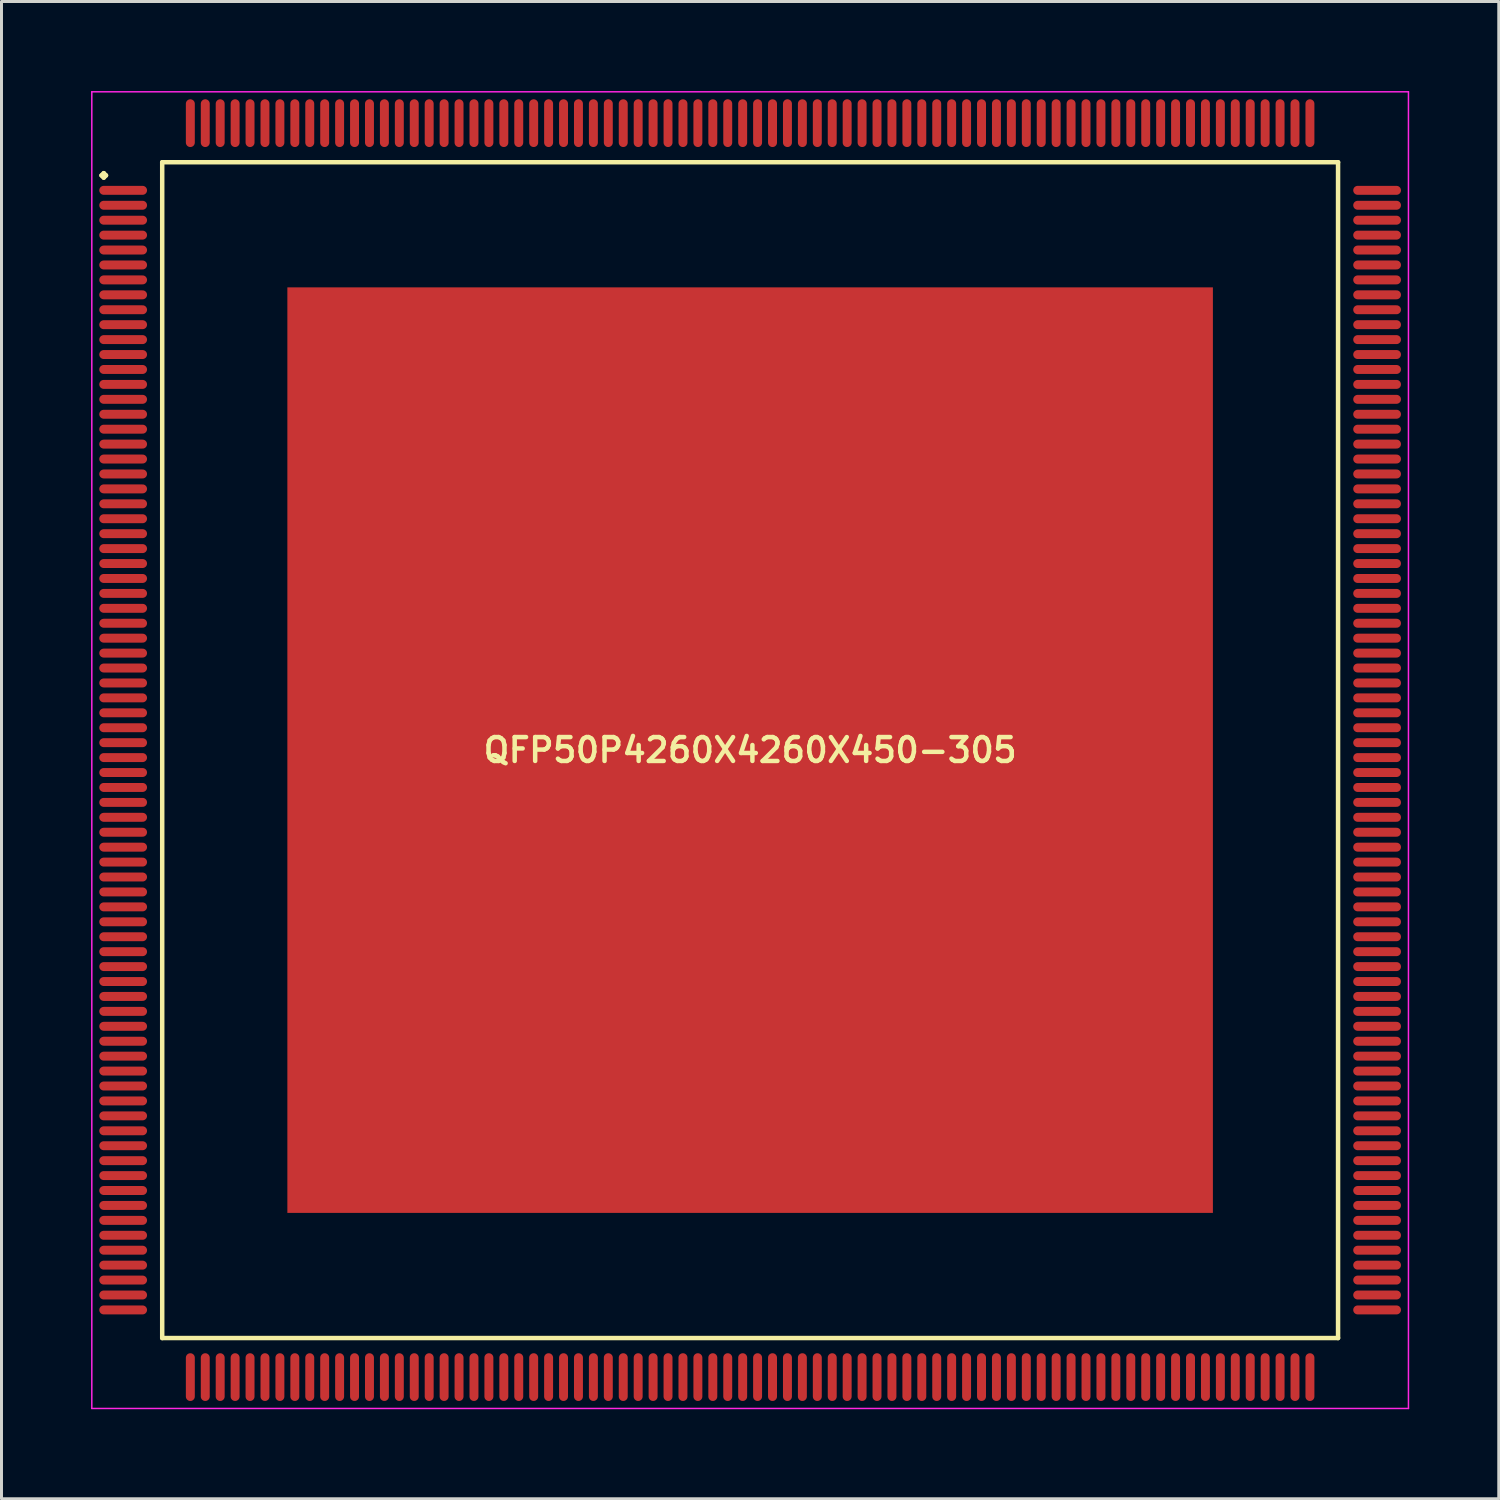
<source format=kicad_pcb>
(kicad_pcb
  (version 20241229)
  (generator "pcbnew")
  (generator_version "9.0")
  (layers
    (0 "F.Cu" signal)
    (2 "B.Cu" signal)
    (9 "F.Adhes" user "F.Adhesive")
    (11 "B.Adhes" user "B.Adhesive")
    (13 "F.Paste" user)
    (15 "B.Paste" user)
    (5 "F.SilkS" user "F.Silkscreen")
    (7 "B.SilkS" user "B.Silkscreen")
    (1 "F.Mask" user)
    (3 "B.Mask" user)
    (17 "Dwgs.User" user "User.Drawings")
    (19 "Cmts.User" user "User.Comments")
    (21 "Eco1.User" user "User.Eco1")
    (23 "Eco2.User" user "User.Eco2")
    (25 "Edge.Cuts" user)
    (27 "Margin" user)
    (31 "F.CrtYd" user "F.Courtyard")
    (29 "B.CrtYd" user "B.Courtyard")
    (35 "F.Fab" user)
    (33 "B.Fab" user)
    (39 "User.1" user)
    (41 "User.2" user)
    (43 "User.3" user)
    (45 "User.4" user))
  (footprint "QFP50P4260X4260X450-305"
    (layer "F.Cu")
    (at 22.075 22.075)
    (property "Reference" "QFP50P4260X4260X450-305" (at 0 0 0) (layer "F.SilkS") (effects (font (size 0.8 0.8) (thickness 0.15))))
    (attr smd)
    (fp_line (start -21.725 -19.25) (end -21.65 -19.325) (stroke (width 0.15) (type solid)) (layer "F.SilkS"))
    (fp_line (start -21.65 -19.325) (end -21.575 -19.25) (stroke (width 0.15) (type solid)) (layer "F.SilkS"))
    (fp_line (start -21.65 -19.175) (end -21.725 -19.25) (stroke (width 0.15) (type solid)) (layer "F.SilkS"))
    (fp_line (start -21.575 -19.25) (end -21.65 -19.175) (stroke (width 0.15) (type solid)) (layer "F.SilkS"))
    (fp_line (start -19.692 -19.692) (end -19.692 19.692) (stroke (width 0.15) (type solid)) (layer "F.SilkS"))
    (fp_line (start -19.692 19.692) (end 19.692 19.692) (stroke (width 0.15) (type solid)) (layer "F.SilkS"))
    (fp_line (start 19.692 -19.692) (end -19.692 -19.692) (stroke (width 0.15) (type solid)) (layer "F.SilkS"))
    (fp_line (start 19.692 19.692) (end 19.692 -19.692) (stroke (width 0.15) (type solid)) (layer "F.SilkS"))
    (fp_line (start -22.05 -22.05) (end 22.05 -22.05) (stroke (width 0.05) (type solid)) (layer "F.CrtYd"))
    (fp_line (start -22.05 22.05) (end -22.05 -22.05) (stroke (width 0.05) (type solid)) (layer "F.CrtYd"))
    (fp_line (start 22.05 -22.05) (end 22.05 22.05) (stroke (width 0.05) (type solid)) (layer "F.CrtYd"))
    (fp_line (start 22.05 22.05) (end -22.05 22.05) (stroke (width 0.05) (type solid)) (layer "F.CrtYd"))
    (pad "1" smd oval (at -21 -18.75) (size 1.6 0.3) (layers "F.Cu" "F.Mask" "F.Paste"))
    (pad "2" smd oval (at -21 -18.25) (size 1.6 0.3) (layers "F.Cu" "F.Mask" "F.Paste"))
    (pad "3" smd oval (at -21 -17.75) (size 1.6 0.3) (layers "F.Cu" "F.Mask" "F.Paste"))
    (pad "4" smd oval (at -21 -17.25) (size 1.6 0.3) (layers "F.Cu" "F.Mask" "F.Paste"))
    (pad "5" smd oval (at -21 -16.75) (size 1.6 0.3) (layers "F.Cu" "F.Mask" "F.Paste"))
    (pad "6" smd oval (at -21 -16.25) (size 1.6 0.3) (layers "F.Cu" "F.Mask" "F.Paste"))
    (pad "7" smd oval (at -21 -15.75) (size 1.6 0.3) (layers "F.Cu" "F.Mask" "F.Paste"))
    (pad "8" smd oval (at -21 -15.25) (size 1.6 0.3) (layers "F.Cu" "F.Mask" "F.Paste"))
    (pad "9" smd oval (at -21 -14.75) (size 1.6 0.3) (layers "F.Cu" "F.Mask" "F.Paste"))
    (pad "10" smd oval (at -21 -14.25) (size 1.6 0.3) (layers "F.Cu" "F.Mask" "F.Paste"))
    (pad "11" smd oval (at -21 -13.75) (size 1.6 0.3) (layers "F.Cu" "F.Mask" "F.Paste"))
    (pad "12" smd oval (at -21 -13.25) (size 1.6 0.3) (layers "F.Cu" "F.Mask" "F.Paste"))
    (pad "13" smd oval (at -21 -12.75) (size 1.6 0.3) (layers "F.Cu" "F.Mask" "F.Paste"))
    (pad "14" smd oval (at -21 -12.25) (size 1.6 0.3) (layers "F.Cu" "F.Mask" "F.Paste"))
    (pad "15" smd oval (at -21 -11.75) (size 1.6 0.3) (layers "F.Cu" "F.Mask" "F.Paste"))
    (pad "16" smd oval (at -21 -11.25) (size 1.6 0.3) (layers "F.Cu" "F.Mask" "F.Paste"))
    (pad "17" smd oval (at -21 -10.75) (size 1.6 0.3) (layers "F.Cu" "F.Mask" "F.Paste"))
    (pad "18" smd oval (at -21 -10.25) (size 1.6 0.3) (layers "F.Cu" "F.Mask" "F.Paste"))
    (pad "19" smd oval (at -21 -9.75) (size 1.6 0.3) (layers "F.Cu" "F.Mask" "F.Paste"))
    (pad "20" smd oval (at -21 -9.25) (size 1.6 0.3) (layers "F.Cu" "F.Mask" "F.Paste"))
    (pad "21" smd oval (at -21 -8.75) (size 1.6 0.3) (layers "F.Cu" "F.Mask" "F.Paste"))
    (pad "22" smd oval (at -21 -8.25) (size 1.6 0.3) (layers "F.Cu" "F.Mask" "F.Paste"))
    (pad "23" smd oval (at -21 -7.75) (size 1.6 0.3) (layers "F.Cu" "F.Mask" "F.Paste"))
    (pad "24" smd oval (at -21 -7.25) (size 1.6 0.3) (layers "F.Cu" "F.Mask" "F.Paste"))
    (pad "25" smd oval (at -21 -6.75) (size 1.6 0.3) (layers "F.Cu" "F.Mask" "F.Paste"))
    (pad "26" smd oval (at -21 -6.25) (size 1.6 0.3) (layers "F.Cu" "F.Mask" "F.Paste"))
    (pad "27" smd oval (at -21 -5.75) (size 1.6 0.3) (layers "F.Cu" "F.Mask" "F.Paste"))
    (pad "28" smd oval (at -21 -5.25) (size 1.6 0.3) (layers "F.Cu" "F.Mask" "F.Paste"))
    (pad "29" smd oval (at -21 -4.75) (size 1.6 0.3) (layers "F.Cu" "F.Mask" "F.Paste"))
    (pad "30" smd oval (at -21 -4.25) (size 1.6 0.3) (layers "F.Cu" "F.Mask" "F.Paste"))
    (pad "31" smd oval (at -21 -3.75) (size 1.6 0.3) (layers "F.Cu" "F.Mask" "F.Paste"))
    (pad "32" smd oval (at -21 -3.25) (size 1.6 0.3) (layers "F.Cu" "F.Mask" "F.Paste"))
    (pad "33" smd oval (at -21 -2.75) (size 1.6 0.3) (layers "F.Cu" "F.Mask" "F.Paste"))
    (pad "34" smd oval (at -21 -2.25) (size 1.6 0.3) (layers "F.Cu" "F.Mask" "F.Paste"))
    (pad "35" smd oval (at -21 -1.75) (size 1.6 0.3) (layers "F.Cu" "F.Mask" "F.Paste"))
    (pad "36" smd oval (at -21 -1.25) (size 1.6 0.3) (layers "F.Cu" "F.Mask" "F.Paste"))
    (pad "37" smd oval (at -21 -0.75) (size 1.6 0.3) (layers "F.Cu" "F.Mask" "F.Paste"))
    (pad "38" smd oval (at -21 -0.25) (size 1.6 0.3) (layers "F.Cu" "F.Mask" "F.Paste"))
    (pad "39" smd oval (at -21 0.25) (size 1.6 0.3) (layers "F.Cu" "F.Mask" "F.Paste"))
    (pad "40" smd oval (at -21 0.75) (size 1.6 0.3) (layers "F.Cu" "F.Mask" "F.Paste"))
    (pad "41" smd oval (at -21 1.25) (size 1.6 0.3) (layers "F.Cu" "F.Mask" "F.Paste"))
    (pad "42" smd oval (at -21 1.75) (size 1.6 0.3) (layers "F.Cu" "F.Mask" "F.Paste"))
    (pad "43" smd oval (at -21 2.25) (size 1.6 0.3) (layers "F.Cu" "F.Mask" "F.Paste"))
    (pad "44" smd oval (at -21 2.75) (size 1.6 0.3) (layers "F.Cu" "F.Mask" "F.Paste"))
    (pad "45" smd oval (at -21 3.25) (size 1.6 0.3) (layers "F.Cu" "F.Mask" "F.Paste"))
    (pad "46" smd oval (at -21 3.75) (size 1.6 0.3) (layers "F.Cu" "F.Mask" "F.Paste"))
    (pad "47" smd oval (at -21 4.25) (size 1.6 0.3) (layers "F.Cu" "F.Mask" "F.Paste"))
    (pad "48" smd oval (at -21 4.75) (size 1.6 0.3) (layers "F.Cu" "F.Mask" "F.Paste"))
    (pad "49" smd oval (at -21 5.25) (size 1.6 0.3) (layers "F.Cu" "F.Mask" "F.Paste"))
    (pad "50" smd oval (at -21 5.75) (size 1.6 0.3) (layers "F.Cu" "F.Mask" "F.Paste"))
    (pad "51" smd oval (at -21 6.25) (size 1.6 0.3) (layers "F.Cu" "F.Mask" "F.Paste"))
    (pad "52" smd oval (at -21 6.75) (size 1.6 0.3) (layers "F.Cu" "F.Mask" "F.Paste"))
    (pad "53" smd oval (at -21 7.25) (size 1.6 0.3) (layers "F.Cu" "F.Mask" "F.Paste"))
    (pad "54" smd oval (at -21 7.75) (size 1.6 0.3) (layers "F.Cu" "F.Mask" "F.Paste"))
    (pad "55" smd oval (at -21 8.25) (size 1.6 0.3) (layers "F.Cu" "F.Mask" "F.Paste"))
    (pad "56" smd oval (at -21 8.75) (size 1.6 0.3) (layers "F.Cu" "F.Mask" "F.Paste"))
    (pad "57" smd oval (at -21 9.25) (size 1.6 0.3) (layers "F.Cu" "F.Mask" "F.Paste"))
    (pad "58" smd oval (at -21 9.75) (size 1.6 0.3) (layers "F.Cu" "F.Mask" "F.Paste"))
    (pad "59" smd oval (at -21 10.25) (size 1.6 0.3) (layers "F.Cu" "F.Mask" "F.Paste"))
    (pad "60" smd oval (at -21 10.75) (size 1.6 0.3) (layers "F.Cu" "F.Mask" "F.Paste"))
    (pad "61" smd oval (at -21 11.25) (size 1.6 0.3) (layers "F.Cu" "F.Mask" "F.Paste"))
    (pad "62" smd oval (at -21 11.75) (size 1.6 0.3) (layers "F.Cu" "F.Mask" "F.Paste"))
    (pad "63" smd oval (at -21 12.25) (size 1.6 0.3) (layers "F.Cu" "F.Mask" "F.Paste"))
    (pad "64" smd oval (at -21 12.75) (size 1.6 0.3) (layers "F.Cu" "F.Mask" "F.Paste"))
    (pad "65" smd oval (at -21 13.25) (size 1.6 0.3) (layers "F.Cu" "F.Mask" "F.Paste"))
    (pad "66" smd oval (at -21 13.75) (size 1.6 0.3) (layers "F.Cu" "F.Mask" "F.Paste"))
    (pad "67" smd oval (at -21 14.25) (size 1.6 0.3) (layers "F.Cu" "F.Mask" "F.Paste"))
    (pad "68" smd oval (at -21 14.75) (size 1.6 0.3) (layers "F.Cu" "F.Mask" "F.Paste"))
    (pad "69" smd oval (at -21 15.25) (size 1.6 0.3) (layers "F.Cu" "F.Mask" "F.Paste"))
    (pad "70" smd oval (at -21 15.75) (size 1.6 0.3) (layers "F.Cu" "F.Mask" "F.Paste"))
    (pad "71" smd oval (at -21 16.25) (size 1.6 0.3) (layers "F.Cu" "F.Mask" "F.Paste"))
    (pad "72" smd oval (at -21 16.75) (size 1.6 0.3) (layers "F.Cu" "F.Mask" "F.Paste"))
    (pad "73" smd oval (at -21 17.25) (size 1.6 0.3) (layers "F.Cu" "F.Mask" "F.Paste"))
    (pad "74" smd oval (at -21 17.75) (size 1.6 0.3) (layers "F.Cu" "F.Mask" "F.Paste"))
    (pad "75" smd oval (at -21 18.25) (size 1.6 0.3) (layers "F.Cu" "F.Mask" "F.Paste"))
    (pad "76" smd oval (at -21 18.75) (size 1.6 0.3) (layers "F.Cu" "F.Mask" "F.Paste"))
    (pad "77" smd oval (at -18.75 21) (size 0.3 1.6) (layers "F.Cu" "F.Mask" "F.Paste"))
    (pad "78" smd oval (at -18.25 21) (size 0.3 1.6) (layers "F.Cu" "F.Mask" "F.Paste"))
    (pad "79" smd oval (at -17.75 21) (size 0.3 1.6) (layers "F.Cu" "F.Mask" "F.Paste"))
    (pad "80" smd oval (at -17.25 21) (size 0.3 1.6) (layers "F.Cu" "F.Mask" "F.Paste"))
    (pad "81" smd oval (at -16.75 21) (size 0.3 1.6) (layers "F.Cu" "F.Mask" "F.Paste"))
    (pad "82" smd oval (at -16.25 21) (size 0.3 1.6) (layers "F.Cu" "F.Mask" "F.Paste"))
    (pad "83" smd oval (at -15.75 21) (size 0.3 1.6) (layers "F.Cu" "F.Mask" "F.Paste"))
    (pad "84" smd oval (at -15.25 21) (size 0.3 1.6) (layers "F.Cu" "F.Mask" "F.Paste"))
    (pad "85" smd oval (at -14.75 21) (size 0.3 1.6) (layers "F.Cu" "F.Mask" "F.Paste"))
    (pad "86" smd oval (at -14.25 21) (size 0.3 1.6) (layers "F.Cu" "F.Mask" "F.Paste"))
    (pad "87" smd oval (at -13.75 21) (size 0.3 1.6) (layers "F.Cu" "F.Mask" "F.Paste"))
    (pad "88" smd oval (at -13.25 21) (size 0.3 1.6) (layers "F.Cu" "F.Mask" "F.Paste"))
    (pad "89" smd oval (at -12.75 21) (size 0.3 1.6) (layers "F.Cu" "F.Mask" "F.Paste"))
    (pad "90" smd oval (at -12.25 21) (size 0.3 1.6) (layers "F.Cu" "F.Mask" "F.Paste"))
    (pad "91" smd oval (at -11.75 21) (size 0.3 1.6) (layers "F.Cu" "F.Mask" "F.Paste"))
    (pad "92" smd oval (at -11.25 21) (size 0.3 1.6) (layers "F.Cu" "F.Mask" "F.Paste"))
    (pad "93" smd oval (at -10.75 21) (size 0.3 1.6) (layers "F.Cu" "F.Mask" "F.Paste"))
    (pad "94" smd oval (at -10.25 21) (size 0.3 1.6) (layers "F.Cu" "F.Mask" "F.Paste"))
    (pad "95" smd oval (at -9.75 21) (size 0.3 1.6) (layers "F.Cu" "F.Mask" "F.Paste"))
    (pad "96" smd oval (at -9.25 21) (size 0.3 1.6) (layers "F.Cu" "F.Mask" "F.Paste"))
    (pad "97" smd oval (at -8.75 21) (size 0.3 1.6) (layers "F.Cu" "F.Mask" "F.Paste"))
    (pad "98" smd oval (at -8.25 21) (size 0.3 1.6) (layers "F.Cu" "F.Mask" "F.Paste"))
    (pad "99" smd oval (at -7.75 21) (size 0.3 1.6) (layers "F.Cu" "F.Mask" "F.Paste"))
    (pad "100" smd oval (at -7.25 21) (size 0.3 1.6) (layers "F.Cu" "F.Mask" "F.Paste"))
    (pad "101" smd oval (at -6.75 21) (size 0.3 1.6) (layers "F.Cu" "F.Mask" "F.Paste"))
    (pad "102" smd oval (at -6.25 21) (size 0.3 1.6) (layers "F.Cu" "F.Mask" "F.Paste"))
    (pad "103" smd oval (at -5.75 21) (size 0.3 1.6) (layers "F.Cu" "F.Mask" "F.Paste"))
    (pad "104" smd oval (at -5.25 21) (size 0.3 1.6) (layers "F.Cu" "F.Mask" "F.Paste"))
    (pad "105" smd oval (at -4.75 21) (size 0.3 1.6) (layers "F.Cu" "F.Mask" "F.Paste"))
    (pad "106" smd oval (at -4.25 21) (size 0.3 1.6) (layers "F.Cu" "F.Mask" "F.Paste"))
    (pad "107" smd oval (at -3.75 21) (size 0.3 1.6) (layers "F.Cu" "F.Mask" "F.Paste"))
    (pad "108" smd oval (at -3.25 21) (size 0.3 1.6) (layers "F.Cu" "F.Mask" "F.Paste"))
    (pad "109" smd oval (at -2.75 21) (size 0.3 1.6) (layers "F.Cu" "F.Mask" "F.Paste"))
    (pad "110" smd oval (at -2.25 21) (size 0.3 1.6) (layers "F.Cu" "F.Mask" "F.Paste"))
    (pad "111" smd oval (at -1.75 21) (size 0.3 1.6) (layers "F.Cu" "F.Mask" "F.Paste"))
    (pad "112" smd oval (at -1.25 21) (size 0.3 1.6) (layers "F.Cu" "F.Mask" "F.Paste"))
    (pad "113" smd oval (at -0.75 21) (size 0.3 1.6) (layers "F.Cu" "F.Mask" "F.Paste"))
    (pad "114" smd oval (at -0.25 21) (size 0.3 1.6) (layers "F.Cu" "F.Mask" "F.Paste"))
    (pad "115" smd oval (at 0.25 21) (size 0.3 1.6) (layers "F.Cu" "F.Mask" "F.Paste"))
    (pad "116" smd oval (at 0.75 21) (size 0.3 1.6) (layers "F.Cu" "F.Mask" "F.Paste"))
    (pad "117" smd oval (at 1.25 21) (size 0.3 1.6) (layers "F.Cu" "F.Mask" "F.Paste"))
    (pad "118" smd oval (at 1.75 21) (size 0.3 1.6) (layers "F.Cu" "F.Mask" "F.Paste"))
    (pad "119" smd oval (at 2.25 21) (size 0.3 1.6) (layers "F.Cu" "F.Mask" "F.Paste"))
    (pad "120" smd oval (at 2.75 21) (size 0.3 1.6) (layers "F.Cu" "F.Mask" "F.Paste"))
    (pad "121" smd oval (at 3.25 21) (size 0.3 1.6) (layers "F.Cu" "F.Mask" "F.Paste"))
    (pad "122" smd oval (at 3.75 21) (size 0.3 1.6) (layers "F.Cu" "F.Mask" "F.Paste"))
    (pad "123" smd oval (at 4.25 21) (size 0.3 1.6) (layers "F.Cu" "F.Mask" "F.Paste"))
    (pad "124" smd oval (at 4.75 21) (size 0.3 1.6) (layers "F.Cu" "F.Mask" "F.Paste"))
    (pad "125" smd oval (at 5.25 21) (size 0.3 1.6) (layers "F.Cu" "F.Mask" "F.Paste"))
    (pad "126" smd oval (at 5.75 21) (size 0.3 1.6) (layers "F.Cu" "F.Mask" "F.Paste"))
    (pad "127" smd oval (at 6.25 21) (size 0.3 1.6) (layers "F.Cu" "F.Mask" "F.Paste"))
    (pad "128" smd oval (at 6.75 21) (size 0.3 1.6) (layers "F.Cu" "F.Mask" "F.Paste"))
    (pad "129" smd oval (at 7.25 21) (size 0.3 1.6) (layers "F.Cu" "F.Mask" "F.Paste"))
    (pad "130" smd oval (at 7.75 21) (size 0.3 1.6) (layers "F.Cu" "F.Mask" "F.Paste"))
    (pad "131" smd oval (at 8.25 21) (size 0.3 1.6) (layers "F.Cu" "F.Mask" "F.Paste"))
    (pad "132" smd oval (at 8.75 21) (size 0.3 1.6) (layers "F.Cu" "F.Mask" "F.Paste"))
    (pad "133" smd oval (at 9.25 21) (size 0.3 1.6) (layers "F.Cu" "F.Mask" "F.Paste"))
    (pad "134" smd oval (at 9.75 21) (size 0.3 1.6) (layers "F.Cu" "F.Mask" "F.Paste"))
    (pad "135" smd oval (at 10.25 21) (size 0.3 1.6) (layers "F.Cu" "F.Mask" "F.Paste"))
    (pad "136" smd oval (at 10.75 21) (size 0.3 1.6) (layers "F.Cu" "F.Mask" "F.Paste"))
    (pad "137" smd oval (at 11.25 21) (size 0.3 1.6) (layers "F.Cu" "F.Mask" "F.Paste"))
    (pad "138" smd oval (at 11.75 21) (size 0.3 1.6) (layers "F.Cu" "F.Mask" "F.Paste"))
    (pad "139" smd oval (at 12.25 21) (size 0.3 1.6) (layers "F.Cu" "F.Mask" "F.Paste"))
    (pad "140" smd oval (at 12.75 21) (size 0.3 1.6) (layers "F.Cu" "F.Mask" "F.Paste"))
    (pad "141" smd oval (at 13.25 21) (size 0.3 1.6) (layers "F.Cu" "F.Mask" "F.Paste"))
    (pad "142" smd oval (at 13.75 21) (size 0.3 1.6) (layers "F.Cu" "F.Mask" "F.Paste"))
    (pad "143" smd oval (at 14.25 21) (size 0.3 1.6) (layers "F.Cu" "F.Mask" "F.Paste"))
    (pad "144" smd oval (at 14.75 21) (size 0.3 1.6) (layers "F.Cu" "F.Mask" "F.Paste"))
    (pad "145" smd oval (at 15.25 21) (size 0.3 1.6) (layers "F.Cu" "F.Mask" "F.Paste"))
    (pad "146" smd oval (at 15.75 21) (size 0.3 1.6) (layers "F.Cu" "F.Mask" "F.Paste"))
    (pad "147" smd oval (at 16.25 21) (size 0.3 1.6) (layers "F.Cu" "F.Mask" "F.Paste"))
    (pad "148" smd oval (at 16.75 21) (size 0.3 1.6) (layers "F.Cu" "F.Mask" "F.Paste"))
    (pad "149" smd oval (at 17.25 21) (size 0.3 1.6) (layers "F.Cu" "F.Mask" "F.Paste"))
    (pad "150" smd oval (at 17.75 21) (size 0.3 1.6) (layers "F.Cu" "F.Mask" "F.Paste"))
    (pad "151" smd oval (at 18.25 21) (size 0.3 1.6) (layers "F.Cu" "F.Mask" "F.Paste"))
    (pad "152" smd oval (at 18.75 21) (size 0.3 1.6) (layers "F.Cu" "F.Mask" "F.Paste"))
    (pad "153" smd oval (at 21 18.75) (size 1.6 0.3) (layers "F.Cu" "F.Mask" "F.Paste"))
    (pad "154" smd oval (at 21 18.25) (size 1.6 0.3) (layers "F.Cu" "F.Mask" "F.Paste"))
    (pad "155" smd oval (at 21 17.75) (size 1.6 0.3) (layers "F.Cu" "F.Mask" "F.Paste"))
    (pad "156" smd oval (at 21 17.25) (size 1.6 0.3) (layers "F.Cu" "F.Mask" "F.Paste"))
    (pad "157" smd oval (at 21 16.75) (size 1.6 0.3) (layers "F.Cu" "F.Mask" "F.Paste"))
    (pad "158" smd oval (at 21 16.25) (size 1.6 0.3) (layers "F.Cu" "F.Mask" "F.Paste"))
    (pad "159" smd oval (at 21 15.75) (size 1.6 0.3) (layers "F.Cu" "F.Mask" "F.Paste"))
    (pad "160" smd oval (at 21 15.25) (size 1.6 0.3) (layers "F.Cu" "F.Mask" "F.Paste"))
    (pad "161" smd oval (at 21 14.75) (size 1.6 0.3) (layers "F.Cu" "F.Mask" "F.Paste"))
    (pad "162" smd oval (at 21 14.25) (size 1.6 0.3) (layers "F.Cu" "F.Mask" "F.Paste"))
    (pad "163" smd oval (at 21 13.75) (size 1.6 0.3) (layers "F.Cu" "F.Mask" "F.Paste"))
    (pad "164" smd oval (at 21 13.25) (size 1.6 0.3) (layers "F.Cu" "F.Mask" "F.Paste"))
    (pad "165" smd oval (at 21 12.75) (size 1.6 0.3) (layers "F.Cu" "F.Mask" "F.Paste"))
    (pad "166" smd oval (at 21 12.25) (size 1.6 0.3) (layers "F.Cu" "F.Mask" "F.Paste"))
    (pad "167" smd oval (at 21 11.75) (size 1.6 0.3) (layers "F.Cu" "F.Mask" "F.Paste"))
    (pad "168" smd oval (at 21 11.25) (size 1.6 0.3) (layers "F.Cu" "F.Mask" "F.Paste"))
    (pad "169" smd oval (at 21 10.75) (size 1.6 0.3) (layers "F.Cu" "F.Mask" "F.Paste"))
    (pad "170" smd oval (at 21 10.25) (size 1.6 0.3) (layers "F.Cu" "F.Mask" "F.Paste"))
    (pad "171" smd oval (at 21 9.75) (size 1.6 0.3) (layers "F.Cu" "F.Mask" "F.Paste"))
    (pad "172" smd oval (at 21 9.25) (size 1.6 0.3) (layers "F.Cu" "F.Mask" "F.Paste"))
    (pad "173" smd oval (at 21 8.75) (size 1.6 0.3) (layers "F.Cu" "F.Mask" "F.Paste"))
    (pad "174" smd oval (at 21 8.25) (size 1.6 0.3) (layers "F.Cu" "F.Mask" "F.Paste"))
    (pad "175" smd oval (at 21 7.75) (size 1.6 0.3) (layers "F.Cu" "F.Mask" "F.Paste"))
    (pad "176" smd oval (at 21 7.25) (size 1.6 0.3) (layers "F.Cu" "F.Mask" "F.Paste"))
    (pad "177" smd oval (at 21 6.75) (size 1.6 0.3) (layers "F.Cu" "F.Mask" "F.Paste"))
    (pad "178" smd oval (at 21 6.25) (size 1.6 0.3) (layers "F.Cu" "F.Mask" "F.Paste"))
    (pad "179" smd oval (at 21 5.75) (size 1.6 0.3) (layers "F.Cu" "F.Mask" "F.Paste"))
    (pad "180" smd oval (at 21 5.25) (size 1.6 0.3) (layers "F.Cu" "F.Mask" "F.Paste"))
    (pad "181" smd oval (at 21 4.75) (size 1.6 0.3) (layers "F.Cu" "F.Mask" "F.Paste"))
    (pad "182" smd oval (at 21 4.25) (size 1.6 0.3) (layers "F.Cu" "F.Mask" "F.Paste"))
    (pad "183" smd oval (at 21 3.75) (size 1.6 0.3) (layers "F.Cu" "F.Mask" "F.Paste"))
    (pad "184" smd oval (at 21 3.25) (size 1.6 0.3) (layers "F.Cu" "F.Mask" "F.Paste"))
    (pad "185" smd oval (at 21 2.75) (size 1.6 0.3) (layers "F.Cu" "F.Mask" "F.Paste"))
    (pad "186" smd oval (at 21 2.25) (size 1.6 0.3) (layers "F.Cu" "F.Mask" "F.Paste"))
    (pad "187" smd oval (at 21 1.75) (size 1.6 0.3) (layers "F.Cu" "F.Mask" "F.Paste"))
    (pad "188" smd oval (at 21 1.25) (size 1.6 0.3) (layers "F.Cu" "F.Mask" "F.Paste"))
    (pad "189" smd oval (at 21 0.75) (size 1.6 0.3) (layers "F.Cu" "F.Mask" "F.Paste"))
    (pad "190" smd oval (at 21 0.25) (size 1.6 0.3) (layers "F.Cu" "F.Mask" "F.Paste"))
    (pad "191" smd oval (at 21 -0.25) (size 1.6 0.3) (layers "F.Cu" "F.Mask" "F.Paste"))
    (pad "192" smd oval (at 21 -0.75) (size 1.6 0.3) (layers "F.Cu" "F.Mask" "F.Paste"))
    (pad "193" smd oval (at 21 -1.25) (size 1.6 0.3) (layers "F.Cu" "F.Mask" "F.Paste"))
    (pad "194" smd oval (at 21 -1.75) (size 1.6 0.3) (layers "F.Cu" "F.Mask" "F.Paste"))
    (pad "195" smd oval (at 21 -2.25) (size 1.6 0.3) (layers "F.Cu" "F.Mask" "F.Paste"))
    (pad "196" smd oval (at 21 -2.75) (size 1.6 0.3) (layers "F.Cu" "F.Mask" "F.Paste"))
    (pad "197" smd oval (at 21 -3.25) (size 1.6 0.3) (layers "F.Cu" "F.Mask" "F.Paste"))
    (pad "198" smd oval (at 21 -3.75) (size 1.6 0.3) (layers "F.Cu" "F.Mask" "F.Paste"))
    (pad "199" smd oval (at 21 -4.25) (size 1.6 0.3) (layers "F.Cu" "F.Mask" "F.Paste"))
    (pad "200" smd oval (at 21 -4.75) (size 1.6 0.3) (layers "F.Cu" "F.Mask" "F.Paste"))
    (pad "201" smd oval (at 21 -5.25) (size 1.6 0.3) (layers "F.Cu" "F.Mask" "F.Paste"))
    (pad "202" smd oval (at 21 -5.75) (size 1.6 0.3) (layers "F.Cu" "F.Mask" "F.Paste"))
    (pad "203" smd oval (at 21 -6.25) (size 1.6 0.3) (layers "F.Cu" "F.Mask" "F.Paste"))
    (pad "204" smd oval (at 21 -6.75) (size 1.6 0.3) (layers "F.Cu" "F.Mask" "F.Paste"))
    (pad "205" smd oval (at 21 -7.25) (size 1.6 0.3) (layers "F.Cu" "F.Mask" "F.Paste"))
    (pad "206" smd oval (at 21 -7.75) (size 1.6 0.3) (layers "F.Cu" "F.Mask" "F.Paste"))
    (pad "207" smd oval (at 21 -8.25) (size 1.6 0.3) (layers "F.Cu" "F.Mask" "F.Paste"))
    (pad "208" smd oval (at 21 -8.75) (size 1.6 0.3) (layers "F.Cu" "F.Mask" "F.Paste"))
    (pad "209" smd oval (at 21 -9.25) (size 1.6 0.3) (layers "F.Cu" "F.Mask" "F.Paste"))
    (pad "210" smd oval (at 21 -9.75) (size 1.6 0.3) (layers "F.Cu" "F.Mask" "F.Paste"))
    (pad "211" smd oval (at 21 -10.25) (size 1.6 0.3) (layers "F.Cu" "F.Mask" "F.Paste"))
    (pad "212" smd oval (at 21 -10.75) (size 1.6 0.3) (layers "F.Cu" "F.Mask" "F.Paste"))
    (pad "213" smd oval (at 21 -11.25) (size 1.6 0.3) (layers "F.Cu" "F.Mask" "F.Paste"))
    (pad "214" smd oval (at 21 -11.75) (size 1.6 0.3) (layers "F.Cu" "F.Mask" "F.Paste"))
    (pad "215" smd oval (at 21 -12.25) (size 1.6 0.3) (layers "F.Cu" "F.Mask" "F.Paste"))
    (pad "216" smd oval (at 21 -12.75) (size 1.6 0.3) (layers "F.Cu" "F.Mask" "F.Paste"))
    (pad "217" smd oval (at 21 -13.25) (size 1.6 0.3) (layers "F.Cu" "F.Mask" "F.Paste"))
    (pad "218" smd oval (at 21 -13.75) (size 1.6 0.3) (layers "F.Cu" "F.Mask" "F.Paste"))
    (pad "219" smd oval (at 21 -14.25) (size 1.6 0.3) (layers "F.Cu" "F.Mask" "F.Paste"))
    (pad "220" smd oval (at 21 -14.75) (size 1.6 0.3) (layers "F.Cu" "F.Mask" "F.Paste"))
    (pad "221" smd oval (at 21 -15.25) (size 1.6 0.3) (layers "F.Cu" "F.Mask" "F.Paste"))
    (pad "222" smd oval (at 21 -15.75) (size 1.6 0.3) (layers "F.Cu" "F.Mask" "F.Paste"))
    (pad "223" smd oval (at 21 -16.25) (size 1.6 0.3) (layers "F.Cu" "F.Mask" "F.Paste"))
    (pad "224" smd oval (at 21 -16.75) (size 1.6 0.3) (layers "F.Cu" "F.Mask" "F.Paste"))
    (pad "225" smd oval (at 21 -17.25) (size 1.6 0.3) (layers "F.Cu" "F.Mask" "F.Paste"))
    (pad "226" smd oval (at 21 -17.75) (size 1.6 0.3) (layers "F.Cu" "F.Mask" "F.Paste"))
    (pad "227" smd oval (at 21 -18.25) (size 1.6 0.3) (layers "F.Cu" "F.Mask" "F.Paste"))
    (pad "228" smd oval (at 21 -18.75) (size 1.6 0.3) (layers "F.Cu" "F.Mask" "F.Paste"))
    (pad "229" smd oval (at 18.75 -21) (size 0.3 1.6) (layers "F.Cu" "F.Mask" "F.Paste"))
    (pad "230" smd oval (at 18.25 -21) (size 0.3 1.6) (layers "F.Cu" "F.Mask" "F.Paste"))
    (pad "231" smd oval (at 17.75 -21) (size 0.3 1.6) (layers "F.Cu" "F.Mask" "F.Paste"))
    (pad "232" smd oval (at 17.25 -21) (size 0.3 1.6) (layers "F.Cu" "F.Mask" "F.Paste"))
    (pad "233" smd oval (at 16.75 -21) (size 0.3 1.6) (layers "F.Cu" "F.Mask" "F.Paste"))
    (pad "234" smd oval (at 16.25 -21) (size 0.3 1.6) (layers "F.Cu" "F.Mask" "F.Paste"))
    (pad "235" smd oval (at 15.75 -21) (size 0.3 1.6) (layers "F.Cu" "F.Mask" "F.Paste"))
    (pad "236" smd oval (at 15.25 -21) (size 0.3 1.6) (layers "F.Cu" "F.Mask" "F.Paste"))
    (pad "237" smd oval (at 14.75 -21) (size 0.3 1.6) (layers "F.Cu" "F.Mask" "F.Paste"))
    (pad "238" smd oval (at 14.25 -21) (size 0.3 1.6) (layers "F.Cu" "F.Mask" "F.Paste"))
    (pad "239" smd oval (at 13.75 -21) (size 0.3 1.6) (layers "F.Cu" "F.Mask" "F.Paste"))
    (pad "240" smd oval (at 13.25 -21) (size 0.3 1.6) (layers "F.Cu" "F.Mask" "F.Paste"))
    (pad "241" smd oval (at 12.75 -21) (size 0.3 1.6) (layers "F.Cu" "F.Mask" "F.Paste"))
    (pad "242" smd oval (at 12.25 -21) (size 0.3 1.6) (layers "F.Cu" "F.Mask" "F.Paste"))
    (pad "243" smd oval (at 11.75 -21) (size 0.3 1.6) (layers "F.Cu" "F.Mask" "F.Paste"))
    (pad "244" smd oval (at 11.25 -21) (size 0.3 1.6) (layers "F.Cu" "F.Mask" "F.Paste"))
    (pad "245" smd oval (at 10.75 -21) (size 0.3 1.6) (layers "F.Cu" "F.Mask" "F.Paste"))
    (pad "246" smd oval (at 10.25 -21) (size 0.3 1.6) (layers "F.Cu" "F.Mask" "F.Paste"))
    (pad "247" smd oval (at 9.75 -21) (size 0.3 1.6) (layers "F.Cu" "F.Mask" "F.Paste"))
    (pad "248" smd oval (at 9.25 -21) (size 0.3 1.6) (layers "F.Cu" "F.Mask" "F.Paste"))
    (pad "249" smd oval (at 8.75 -21) (size 0.3 1.6) (layers "F.Cu" "F.Mask" "F.Paste"))
    (pad "250" smd oval (at 8.25 -21) (size 0.3 1.6) (layers "F.Cu" "F.Mask" "F.Paste"))
    (pad "251" smd oval (at 7.75 -21) (size 0.3 1.6) (layers "F.Cu" "F.Mask" "F.Paste"))
    (pad "252" smd oval (at 7.25 -21) (size 0.3 1.6) (layers "F.Cu" "F.Mask" "F.Paste"))
    (pad "253" smd oval (at 6.75 -21) (size 0.3 1.6) (layers "F.Cu" "F.Mask" "F.Paste"))
    (pad "254" smd oval (at 6.25 -21) (size 0.3 1.6) (layers "F.Cu" "F.Mask" "F.Paste"))
    (pad "255" smd oval (at 5.75 -21) (size 0.3 1.6) (layers "F.Cu" "F.Mask" "F.Paste"))
    (pad "256" smd oval (at 5.25 -21) (size 0.3 1.6) (layers "F.Cu" "F.Mask" "F.Paste"))
    (pad "257" smd oval (at 4.75 -21) (size 0.3 1.6) (layers "F.Cu" "F.Mask" "F.Paste"))
    (pad "258" smd oval (at 4.25 -21) (size 0.3 1.6) (layers "F.Cu" "F.Mask" "F.Paste"))
    (pad "259" smd oval (at 3.75 -21) (size 0.3 1.6) (layers "F.Cu" "F.Mask" "F.Paste"))
    (pad "260" smd oval (at 3.25 -21) (size 0.3 1.6) (layers "F.Cu" "F.Mask" "F.Paste"))
    (pad "261" smd oval (at 2.75 -21) (size 0.3 1.6) (layers "F.Cu" "F.Mask" "F.Paste"))
    (pad "262" smd oval (at 2.25 -21) (size 0.3 1.6) (layers "F.Cu" "F.Mask" "F.Paste"))
    (pad "263" smd oval (at 1.75 -21) (size 0.3 1.6) (layers "F.Cu" "F.Mask" "F.Paste"))
    (pad "264" smd oval (at 1.25 -21) (size 0.3 1.6) (layers "F.Cu" "F.Mask" "F.Paste"))
    (pad "265" smd oval (at 0.75 -21) (size 0.3 1.6) (layers "F.Cu" "F.Mask" "F.Paste"))
    (pad "266" smd oval (at 0.25 -21) (size 0.3 1.6) (layers "F.Cu" "F.Mask" "F.Paste"))
    (pad "267" smd oval (at -0.25 -21) (size 0.3 1.6) (layers "F.Cu" "F.Mask" "F.Paste"))
    (pad "268" smd oval (at -0.75 -21) (size 0.3 1.6) (layers "F.Cu" "F.Mask" "F.Paste"))
    (pad "269" smd oval (at -1.25 -21) (size 0.3 1.6) (layers "F.Cu" "F.Mask" "F.Paste"))
    (pad "270" smd oval (at -1.75 -21) (size 0.3 1.6) (layers "F.Cu" "F.Mask" "F.Paste"))
    (pad "271" smd oval (at -2.25 -21) (size 0.3 1.6) (layers "F.Cu" "F.Mask" "F.Paste"))
    (pad "272" smd oval (at -2.75 -21) (size 0.3 1.6) (layers "F.Cu" "F.Mask" "F.Paste"))
    (pad "273" smd oval (at -3.25 -21) (size 0.3 1.6) (layers "F.Cu" "F.Mask" "F.Paste"))
    (pad "274" smd oval (at -3.75 -21) (size 0.3 1.6) (layers "F.Cu" "F.Mask" "F.Paste"))
    (pad "275" smd oval (at -4.25 -21) (size 0.3 1.6) (layers "F.Cu" "F.Mask" "F.Paste"))
    (pad "276" smd oval (at -4.75 -21) (size 0.3 1.6) (layers "F.Cu" "F.Mask" "F.Paste"))
    (pad "277" smd oval (at -5.25 -21) (size 0.3 1.6) (layers "F.Cu" "F.Mask" "F.Paste"))
    (pad "278" smd oval (at -5.75 -21) (size 0.3 1.6) (layers "F.Cu" "F.Mask" "F.Paste"))
    (pad "279" smd oval (at -6.25 -21) (size 0.3 1.6) (layers "F.Cu" "F.Mask" "F.Paste"))
    (pad "280" smd oval (at -6.75 -21) (size 0.3 1.6) (layers "F.Cu" "F.Mask" "F.Paste"))
    (pad "281" smd oval (at -7.25 -21) (size 0.3 1.6) (layers "F.Cu" "F.Mask" "F.Paste"))
    (pad "282" smd oval (at -7.75 -21) (size 0.3 1.6) (layers "F.Cu" "F.Mask" "F.Paste"))
    (pad "283" smd oval (at -8.25 -21) (size 0.3 1.6) (layers "F.Cu" "F.Mask" "F.Paste"))
    (pad "284" smd oval (at -8.75 -21) (size 0.3 1.6) (layers "F.Cu" "F.Mask" "F.Paste"))
    (pad "285" smd oval (at -9.25 -21) (size 0.3 1.6) (layers "F.Cu" "F.Mask" "F.Paste"))
    (pad "286" smd oval (at -9.75 -21) (size 0.3 1.6) (layers "F.Cu" "F.Mask" "F.Paste"))
    (pad "287" smd oval (at -10.25 -21) (size 0.3 1.6) (layers "F.Cu" "F.Mask" "F.Paste"))
    (pad "288" smd oval (at -10.75 -21) (size 0.3 1.6) (layers "F.Cu" "F.Mask" "F.Paste"))
    (pad "289" smd oval (at -11.25 -21) (size 0.3 1.6) (layers "F.Cu" "F.Mask" "F.Paste"))
    (pad "290" smd oval (at -11.75 -21) (size 0.3 1.6) (layers "F.Cu" "F.Mask" "F.Paste"))
    (pad "291" smd oval (at -12.25 -21) (size 0.3 1.6) (layers "F.Cu" "F.Mask" "F.Paste"))
    (pad "292" smd oval (at -12.75 -21) (size 0.3 1.6) (layers "F.Cu" "F.Mask" "F.Paste"))
    (pad "293" smd oval (at -13.25 -21) (size 0.3 1.6) (layers "F.Cu" "F.Mask" "F.Paste"))
    (pad "294" smd oval (at -13.75 -21) (size 0.3 1.6) (layers "F.Cu" "F.Mask" "F.Paste"))
    (pad "295" smd oval (at -14.25 -21) (size 0.3 1.6) (layers "F.Cu" "F.Mask" "F.Paste"))
    (pad "296" smd oval (at -14.75 -21) (size 0.3 1.6) (layers "F.Cu" "F.Mask" "F.Paste"))
    (pad "297" smd oval (at -15.25 -21) (size 0.3 1.6) (layers "F.Cu" "F.Mask" "F.Paste"))
    (pad "298" smd oval (at -15.75 -21) (size 0.3 1.6) (layers "F.Cu" "F.Mask" "F.Paste"))
    (pad "299" smd oval (at -16.25 -21) (size 0.3 1.6) (layers "F.Cu" "F.Mask" "F.Paste"))
    (pad "300" smd oval (at -16.75 -21) (size 0.3 1.6) (layers "F.Cu" "F.Mask" "F.Paste"))
    (pad "301" smd oval (at -17.25 -21) (size 0.3 1.6) (layers "F.Cu" "F.Mask" "F.Paste"))
    (pad "302" smd oval (at -17.75 -21) (size 0.3 1.6) (layers "F.Cu" "F.Mask" "F.Paste"))
    (pad "303" smd oval (at -18.25 -21) (size 0.3 1.6) (layers "F.Cu" "F.Mask" "F.Paste"))
    (pad "304" smd oval (at -18.75 -21) (size 0.3 1.6) (layers "F.Cu" "F.Mask" "F.Paste"))
    (pad "305" smd rect (at 0 0) (size 31 31) (layers "F.Cu" "F.Mask" "F.Paste")))
  (gr_rect
    (start -3 -3)
    (end 47.15 47.15)
    (stroke (width 0.1) (type default))
    (fill no)
    (layer "Edge.Cuts")))
</source>
